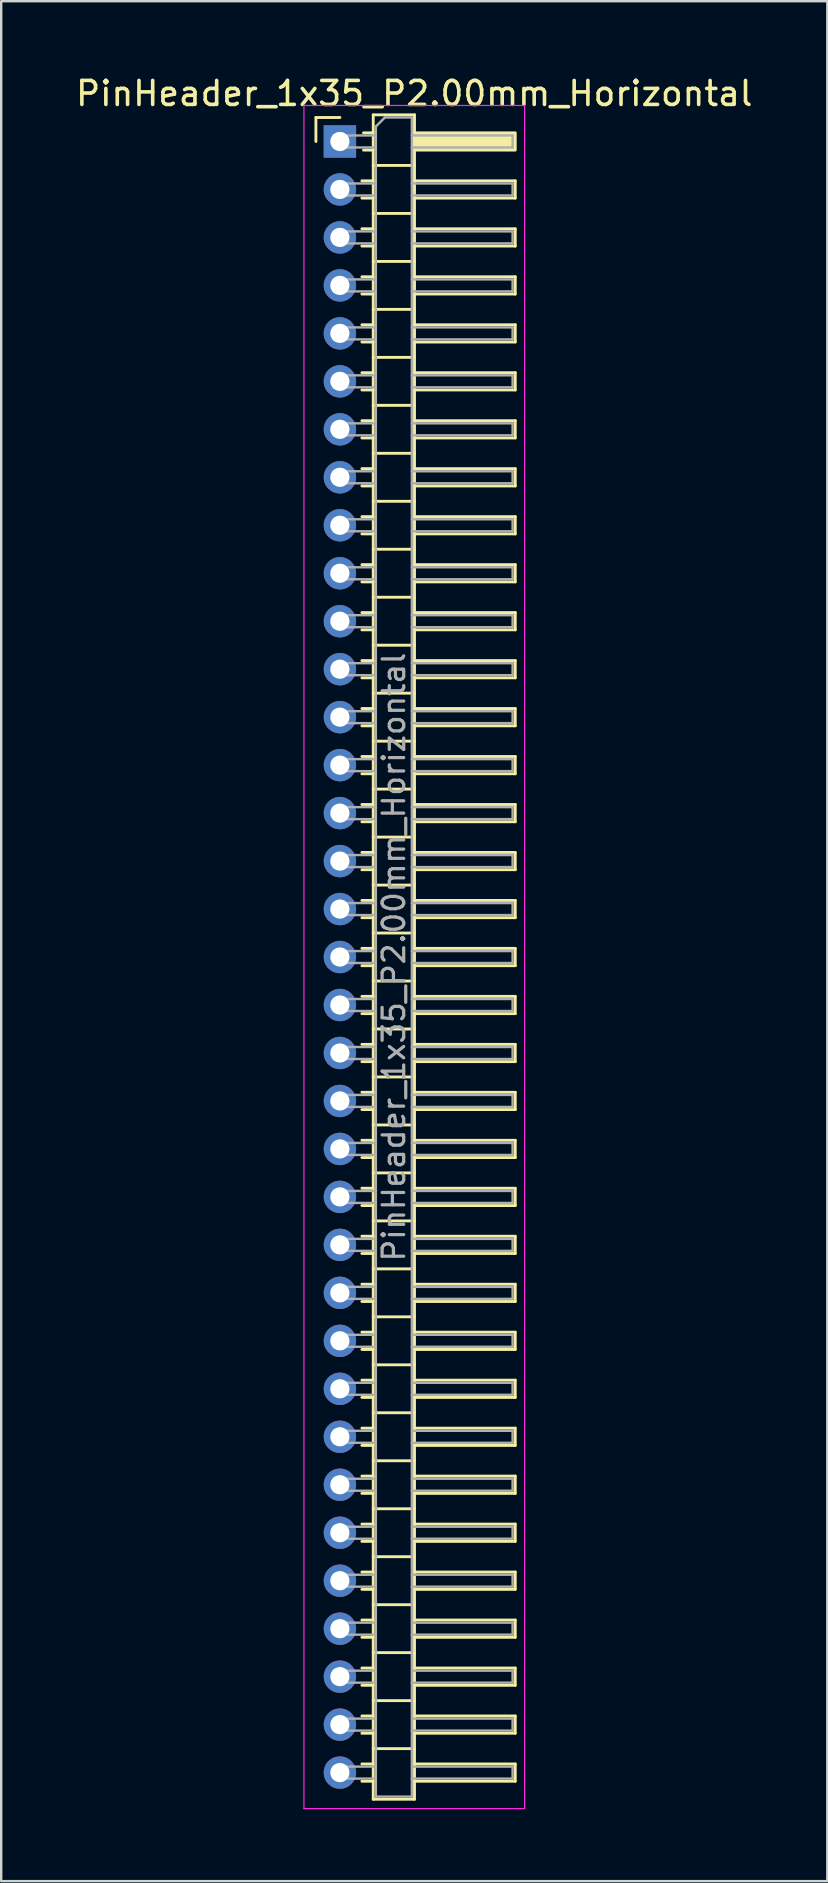
<source format=kicad_pcb>
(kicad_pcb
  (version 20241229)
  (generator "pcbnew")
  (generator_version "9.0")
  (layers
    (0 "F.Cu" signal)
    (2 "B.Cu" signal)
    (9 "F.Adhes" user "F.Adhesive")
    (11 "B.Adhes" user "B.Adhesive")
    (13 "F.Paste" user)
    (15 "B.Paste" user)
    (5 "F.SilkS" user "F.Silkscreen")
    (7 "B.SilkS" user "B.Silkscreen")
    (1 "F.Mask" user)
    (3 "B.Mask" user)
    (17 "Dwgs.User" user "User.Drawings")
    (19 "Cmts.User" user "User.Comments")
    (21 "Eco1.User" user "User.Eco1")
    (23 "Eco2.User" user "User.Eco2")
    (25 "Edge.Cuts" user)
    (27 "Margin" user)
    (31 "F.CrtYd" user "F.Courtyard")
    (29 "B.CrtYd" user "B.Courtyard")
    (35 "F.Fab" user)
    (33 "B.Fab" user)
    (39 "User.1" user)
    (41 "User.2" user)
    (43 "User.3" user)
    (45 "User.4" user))
  (footprint "PinHeader_1x35_P2.00mm_Horizontal"
    (layer "F.Cu")
    (at 11.12 2.848)
    (property "Reference" "PinHeader_1x35_P2.00mm_Horizontal" (at 3.1 -2 0) (layer "F.SilkS") (effects (font (size 1 1) (thickness 0.15))))
    (attr through_hole)
    (fp_line (start -1 -1) (end 0 -1) (stroke (width 0.12) (type solid)) (layer "F.SilkS"))
    (fp_line (start -1 0) (end -1 -1) (stroke (width 0.12) (type solid)) (layer "F.SilkS"))
    (fp_line (start 0.917 1.64) (end 1.39 1.64) (stroke (width 0.12) (type solid)) (layer "F.SilkS"))
    (fp_line (start 0.917 2.36) (end 1.39 2.36) (stroke (width 0.12) (type solid)) (layer "F.SilkS"))
    (fp_line (start 0.917 3.64) (end 1.39 3.64) (stroke (width 0.12) (type solid)) (layer "F.SilkS"))
    (fp_line (start 0.917 4.36) (end 1.39 4.36) (stroke (width 0.12) (type solid)) (layer "F.SilkS"))
    (fp_line (start 0.917 5.64) (end 1.39 5.64) (stroke (width 0.12) (type solid)) (layer "F.SilkS"))
    (fp_line (start 0.917 6.36) (end 1.39 6.36) (stroke (width 0.12) (type solid)) (layer "F.SilkS"))
    (fp_line (start 0.917 7.64) (end 1.39 7.64) (stroke (width 0.12) (type solid)) (layer "F.SilkS"))
    (fp_line (start 0.917 8.36) (end 1.39 8.36) (stroke (width 0.12) (type solid)) (layer "F.SilkS"))
    (fp_line (start 0.917 9.64) (end 1.39 9.64) (stroke (width 0.12) (type solid)) (layer "F.SilkS"))
    (fp_line (start 0.917 10.36) (end 1.39 10.36) (stroke (width 0.12) (type solid)) (layer "F.SilkS"))
    (fp_line (start 0.917 11.64) (end 1.39 11.64) (stroke (width 0.12) (type solid)) (layer "F.SilkS"))
    (fp_line (start 0.917 12.36) (end 1.39 12.36) (stroke (width 0.12) (type solid)) (layer "F.SilkS"))
    (fp_line (start 0.917 13.64) (end 1.39 13.64) (stroke (width 0.12) (type solid)) (layer "F.SilkS"))
    (fp_line (start 0.917 14.36) (end 1.39 14.36) (stroke (width 0.12) (type solid)) (layer "F.SilkS"))
    (fp_line (start 0.917 15.64) (end 1.39 15.64) (stroke (width 0.12) (type solid)) (layer "F.SilkS"))
    (fp_line (start 0.917 16.36) (end 1.39 16.36) (stroke (width 0.12) (type solid)) (layer "F.SilkS"))
    (fp_line (start 0.917 17.64) (end 1.39 17.64) (stroke (width 0.12) (type solid)) (layer "F.SilkS"))
    (fp_line (start 0.917 18.36) (end 1.39 18.36) (stroke (width 0.12) (type solid)) (layer "F.SilkS"))
    (fp_line (start 0.917 19.64) (end 1.39 19.64) (stroke (width 0.12) (type solid)) (layer "F.SilkS"))
    (fp_line (start 0.917 20.36) (end 1.39 20.36) (stroke (width 0.12) (type solid)) (layer "F.SilkS"))
    (fp_line (start 0.917 21.64) (end 1.39 21.64) (stroke (width 0.12) (type solid)) (layer "F.SilkS"))
    (fp_line (start 0.917 22.36) (end 1.39 22.36) (stroke (width 0.12) (type solid)) (layer "F.SilkS"))
    (fp_line (start 0.917 23.64) (end 1.39 23.64) (stroke (width 0.12) (type solid)) (layer "F.SilkS"))
    (fp_line (start 0.917 24.36) (end 1.39 24.36) (stroke (width 0.12) (type solid)) (layer "F.SilkS"))
    (fp_line (start 0.917 25.64) (end 1.39 25.64) (stroke (width 0.12) (type solid)) (layer "F.SilkS"))
    (fp_line (start 0.917 26.36) (end 1.39 26.36) (stroke (width 0.12) (type solid)) (layer "F.SilkS"))
    (fp_line (start 0.917 27.64) (end 1.39 27.64) (stroke (width 0.12) (type solid)) (layer "F.SilkS"))
    (fp_line (start 0.917 28.36) (end 1.39 28.36) (stroke (width 0.12) (type solid)) (layer "F.SilkS"))
    (fp_line (start 0.917 29.64) (end 1.39 29.64) (stroke (width 0.12) (type solid)) (layer "F.SilkS"))
    (fp_line (start 0.917 30.36) (end 1.39 30.36) (stroke (width 0.12) (type solid)) (layer "F.SilkS"))
    (fp_line (start 0.917 31.64) (end 1.39 31.64) (stroke (width 0.12) (type solid)) (layer "F.SilkS"))
    (fp_line (start 0.917 32.36) (end 1.39 32.36) (stroke (width 0.12) (type solid)) (layer "F.SilkS"))
    (fp_line (start 0.917 33.64) (end 1.39 33.64) (stroke (width 0.12) (type solid)) (layer "F.SilkS"))
    (fp_line (start 0.917 34.36) (end 1.39 34.36) (stroke (width 0.12) (type solid)) (layer "F.SilkS"))
    (fp_line (start 0.917 35.64) (end 1.39 35.64) (stroke (width 0.12) (type solid)) (layer "F.SilkS"))
    (fp_line (start 0.917 36.36) (end 1.39 36.36) (stroke (width 0.12) (type solid)) (layer "F.SilkS"))
    (fp_line (start 0.917 37.64) (end 1.39 37.64) (stroke (width 0.12) (type solid)) (layer "F.SilkS"))
    (fp_line (start 0.917 38.36) (end 1.39 38.36) (stroke (width 0.12) (type solid)) (layer "F.SilkS"))
    (fp_line (start 0.917 39.64) (end 1.39 39.64) (stroke (width 0.12) (type solid)) (layer "F.SilkS"))
    (fp_line (start 0.917 40.36) (end 1.39 40.36) (stroke (width 0.12) (type solid)) (layer "F.SilkS"))
    (fp_line (start 0.917 41.64) (end 1.39 41.64) (stroke (width 0.12) (type solid)) (layer "F.SilkS"))
    (fp_line (start 0.917 42.36) (end 1.39 42.36) (stroke (width 0.12) (type solid)) (layer "F.SilkS"))
    (fp_line (start 0.917 43.64) (end 1.39 43.64) (stroke (width 0.12) (type solid)) (layer "F.SilkS"))
    (fp_line (start 0.917 44.36) (end 1.39 44.36) (stroke (width 0.12) (type solid)) (layer "F.SilkS"))
    (fp_line (start 0.917 45.64) (end 1.39 45.64) (stroke (width 0.12) (type solid)) (layer "F.SilkS"))
    (fp_line (start 0.917 46.36) (end 1.39 46.36) (stroke (width 0.12) (type solid)) (layer "F.SilkS"))
    (fp_line (start 0.917 47.64) (end 1.39 47.64) (stroke (width 0.12) (type solid)) (layer "F.SilkS"))
    (fp_line (start 0.917 48.36) (end 1.39 48.36) (stroke (width 0.12) (type solid)) (layer "F.SilkS"))
    (fp_line (start 0.917 49.64) (end 1.39 49.64) (stroke (width 0.12) (type solid)) (layer "F.SilkS"))
    (fp_line (start 0.917 50.36) (end 1.39 50.36) (stroke (width 0.12) (type solid)) (layer "F.SilkS"))
    (fp_line (start 0.917 51.64) (end 1.39 51.64) (stroke (width 0.12) (type solid)) (layer "F.SilkS"))
    (fp_line (start 0.917 52.36) (end 1.39 52.36) (stroke (width 0.12) (type solid)) (layer "F.SilkS"))
    (fp_line (start 0.917 53.64) (end 1.39 53.64) (stroke (width 0.12) (type solid)) (layer "F.SilkS"))
    (fp_line (start 0.917 54.36) (end 1.39 54.36) (stroke (width 0.12) (type solid)) (layer "F.SilkS"))
    (fp_line (start 0.917 55.64) (end 1.39 55.64) (stroke (width 0.12) (type solid)) (layer "F.SilkS"))
    (fp_line (start 0.917 56.36) (end 1.39 56.36) (stroke (width 0.12) (type solid)) (layer "F.SilkS"))
    (fp_line (start 0.917 57.64) (end 1.39 57.64) (stroke (width 0.12) (type solid)) (layer "F.SilkS"))
    (fp_line (start 0.917 58.36) (end 1.39 58.36) (stroke (width 0.12) (type solid)) (layer "F.SilkS"))
    (fp_line (start 0.917 59.64) (end 1.39 59.64) (stroke (width 0.12) (type solid)) (layer "F.SilkS"))
    (fp_line (start 0.917 60.36) (end 1.39 60.36) (stroke (width 0.12) (type solid)) (layer "F.SilkS"))
    (fp_line (start 0.917 61.64) (end 1.39 61.64) (stroke (width 0.12) (type solid)) (layer "F.SilkS"))
    (fp_line (start 0.917 62.36) (end 1.39 62.36) (stroke (width 0.12) (type solid)) (layer "F.SilkS"))
    (fp_line (start 0.917 63.64) (end 1.39 63.64) (stroke (width 0.12) (type solid)) (layer "F.SilkS"))
    (fp_line (start 0.917 64.36) (end 1.39 64.36) (stroke (width 0.12) (type solid)) (layer "F.SilkS"))
    (fp_line (start 0.917 65.64) (end 1.39 65.64) (stroke (width 0.12) (type solid)) (layer "F.SilkS"))
    (fp_line (start 0.917 66.36) (end 1.39 66.36) (stroke (width 0.12) (type solid)) (layer "F.SilkS"))
    (fp_line (start 0.917 67.64) (end 1.39 67.64) (stroke (width 0.12) (type solid)) (layer "F.SilkS"))
    (fp_line (start 0.917 68.36) (end 1.39 68.36) (stroke (width 0.12) (type solid)) (layer "F.SilkS"))
    (fp_line (start 0.985 -0.36) (end 1.39 -0.36) (stroke (width 0.12) (type solid)) (layer "F.SilkS"))
    (fp_line (start 0.985 0.36) (end 1.39 0.36) (stroke (width 0.12) (type solid)) (layer "F.SilkS"))
    (fp_line (start 1.39 -1.11) (end 1.39 69.11) (stroke (width 0.12) (type solid)) (layer "F.SilkS"))
    (fp_line (start 1.39 1) (end 3.11 1) (stroke (width 0.12) (type solid)) (layer "F.SilkS"))
    (fp_line (start 1.39 3) (end 3.11 3) (stroke (width 0.12) (type solid)) (layer "F.SilkS"))
    (fp_line (start 1.39 5) (end 3.11 5) (stroke (width 0.12) (type solid)) (layer "F.SilkS"))
    (fp_line (start 1.39 7) (end 3.11 7) (stroke (width 0.12) (type solid)) (layer "F.SilkS"))
    (fp_line (start 1.39 9) (end 3.11 9) (stroke (width 0.12) (type solid)) (layer "F.SilkS"))
    (fp_line (start 1.39 11) (end 3.11 11) (stroke (width 0.12) (type solid)) (layer "F.SilkS"))
    (fp_line (start 1.39 13) (end 3.11 13) (stroke (width 0.12) (type solid)) (layer "F.SilkS"))
    (fp_line (start 1.39 15) (end 3.11 15) (stroke (width 0.12) (type solid)) (layer "F.SilkS"))
    (fp_line (start 1.39 17) (end 3.11 17) (stroke (width 0.12) (type solid)) (layer "F.SilkS"))
    (fp_line (start 1.39 19) (end 3.11 19) (stroke (width 0.12) (type solid)) (layer "F.SilkS"))
    (fp_line (start 1.39 21) (end 3.11 21) (stroke (width 0.12) (type solid)) (layer "F.SilkS"))
    (fp_line (start 1.39 23) (end 3.11 23) (stroke (width 0.12) (type solid)) (layer "F.SilkS"))
    (fp_line (start 1.39 25) (end 3.11 25) (stroke (width 0.12) (type solid)) (layer "F.SilkS"))
    (fp_line (start 1.39 27) (end 3.11 27) (stroke (width 0.12) (type solid)) (layer "F.SilkS"))
    (fp_line (start 1.39 29) (end 3.11 29) (stroke (width 0.12) (type solid)) (layer "F.SilkS"))
    (fp_line (start 1.39 31) (end 3.11 31) (stroke (width 0.12) (type solid)) (layer "F.SilkS"))
    (fp_line (start 1.39 33) (end 3.11 33) (stroke (width 0.12) (type solid)) (layer "F.SilkS"))
    (fp_line (start 1.39 35) (end 3.11 35) (stroke (width 0.12) (type solid)) (layer "F.SilkS"))
    (fp_line (start 1.39 37) (end 3.11 37) (stroke (width 0.12) (type solid)) (layer "F.SilkS"))
    (fp_line (start 1.39 39) (end 3.11 39) (stroke (width 0.12) (type solid)) (layer "F.SilkS"))
    (fp_line (start 1.39 41) (end 3.11 41) (stroke (width 0.12) (type solid)) (layer "F.SilkS"))
    (fp_line (start 1.39 43) (end 3.11 43) (stroke (width 0.12) (type solid)) (layer "F.SilkS"))
    (fp_line (start 1.39 45) (end 3.11 45) (stroke (width 0.12) (type solid)) (layer "F.SilkS"))
    (fp_line (start 1.39 47) (end 3.11 47) (stroke (width 0.12) (type solid)) (layer "F.SilkS"))
    (fp_line (start 1.39 49) (end 3.11 49) (stroke (width 0.12) (type solid)) (layer "F.SilkS"))
    (fp_line (start 1.39 51) (end 3.11 51) (stroke (width 0.12) (type solid)) (layer "F.SilkS"))
    (fp_line (start 1.39 53) (end 3.11 53) (stroke (width 0.12) (type solid)) (layer "F.SilkS"))
    (fp_line (start 1.39 55) (end 3.11 55) (stroke (width 0.12) (type solid)) (layer "F.SilkS"))
    (fp_line (start 1.39 57) (end 3.11 57) (stroke (width 0.12) (type solid)) (layer "F.SilkS"))
    (fp_line (start 1.39 59) (end 3.11 59) (stroke (width 0.12) (type solid)) (layer "F.SilkS"))
    (fp_line (start 1.39 61) (end 3.11 61) (stroke (width 0.12) (type solid)) (layer "F.SilkS"))
    (fp_line (start 1.39 63) (end 3.11 63) (stroke (width 0.12) (type solid)) (layer "F.SilkS"))
    (fp_line (start 1.39 65) (end 3.11 65) (stroke (width 0.12) (type solid)) (layer "F.SilkS"))
    (fp_line (start 1.39 67) (end 3.11 67) (stroke (width 0.12) (type solid)) (layer "F.SilkS"))
    (fp_line (start 1.39 69.11) (end 3.11 69.11) (stroke (width 0.12) (type solid)) (layer "F.SilkS"))
    (fp_line (start 3.11 -1.11) (end 1.39 -1.11) (stroke (width 0.12) (type solid)) (layer "F.SilkS"))
    (fp_line (start 3.11 1.64) (end 7.31 1.64) (stroke (width 0.12) (type solid)) (layer "F.SilkS"))
    (fp_line (start 3.11 3.64) (end 7.31 3.64) (stroke (width 0.12) (type solid)) (layer "F.SilkS"))
    (fp_line (start 3.11 5.64) (end 7.31 5.64) (stroke (width 0.12) (type solid)) (layer "F.SilkS"))
    (fp_line (start 3.11 7.64) (end 7.31 7.64) (stroke (width 0.12) (type solid)) (layer "F.SilkS"))
    (fp_line (start 3.11 9.64) (end 7.31 9.64) (stroke (width 0.12) (type solid)) (layer "F.SilkS"))
    (fp_line (start 3.11 11.64) (end 7.31 11.64) (stroke (width 0.12) (type solid)) (layer "F.SilkS"))
    (fp_line (start 3.11 13.64) (end 7.31 13.64) (stroke (width 0.12) (type solid)) (layer "F.SilkS"))
    (fp_line (start 3.11 15.64) (end 7.31 15.64) (stroke (width 0.12) (type solid)) (layer "F.SilkS"))
    (fp_line (start 3.11 17.64) (end 7.31 17.64) (stroke (width 0.12) (type solid)) (layer "F.SilkS"))
    (fp_line (start 3.11 19.64) (end 7.31 19.64) (stroke (width 0.12) (type solid)) (layer "F.SilkS"))
    (fp_line (start 3.11 21.64) (end 7.31 21.64) (stroke (width 0.12) (type solid)) (layer "F.SilkS"))
    (fp_line (start 3.11 23.64) (end 7.31 23.64) (stroke (width 0.12) (type solid)) (layer "F.SilkS"))
    (fp_line (start 3.11 25.64) (end 7.31 25.64) (stroke (width 0.12) (type solid)) (layer "F.SilkS"))
    (fp_line (start 3.11 27.64) (end 7.31 27.64) (stroke (width 0.12) (type solid)) (layer "F.SilkS"))
    (fp_line (start 3.11 29.64) (end 7.31 29.64) (stroke (width 0.12) (type solid)) (layer "F.SilkS"))
    (fp_line (start 3.11 31.64) (end 7.31 31.64) (stroke (width 0.12) (type solid)) (layer "F.SilkS"))
    (fp_line (start 3.11 33.64) (end 7.31 33.64) (stroke (width 0.12) (type solid)) (layer "F.SilkS"))
    (fp_line (start 3.11 35.64) (end 7.31 35.64) (stroke (width 0.12) (type solid)) (layer "F.SilkS"))
    (fp_line (start 3.11 37.64) (end 7.31 37.64) (stroke (width 0.12) (type solid)) (layer "F.SilkS"))
    (fp_line (start 3.11 39.64) (end 7.31 39.64) (stroke (width 0.12) (type solid)) (layer "F.SilkS"))
    (fp_line (start 3.11 41.64) (end 7.31 41.64) (stroke (width 0.12) (type solid)) (layer "F.SilkS"))
    (fp_line (start 3.11 43.64) (end 7.31 43.64) (stroke (width 0.12) (type solid)) (layer "F.SilkS"))
    (fp_line (start 3.11 45.64) (end 7.31 45.64) (stroke (width 0.12) (type solid)) (layer "F.SilkS"))
    (fp_line (start 3.11 47.64) (end 7.31 47.64) (stroke (width 0.12) (type solid)) (layer "F.SilkS"))
    (fp_line (start 3.11 49.64) (end 7.31 49.64) (stroke (width 0.12) (type solid)) (layer "F.SilkS"))
    (fp_line (start 3.11 51.64) (end 7.31 51.64) (stroke (width 0.12) (type solid)) (layer "F.SilkS"))
    (fp_line (start 3.11 53.64) (end 7.31 53.64) (stroke (width 0.12) (type solid)) (layer "F.SilkS"))
    (fp_line (start 3.11 55.64) (end 7.31 55.64) (stroke (width 0.12) (type solid)) (layer "F.SilkS"))
    (fp_line (start 3.11 57.64) (end 7.31 57.64) (stroke (width 0.12) (type solid)) (layer "F.SilkS"))
    (fp_line (start 3.11 59.64) (end 7.31 59.64) (stroke (width 0.12) (type solid)) (layer "F.SilkS"))
    (fp_line (start 3.11 61.64) (end 7.31 61.64) (stroke (width 0.12) (type solid)) (layer "F.SilkS"))
    (fp_line (start 3.11 63.64) (end 7.31 63.64) (stroke (width 0.12) (type solid)) (layer "F.SilkS"))
    (fp_line (start 3.11 65.64) (end 7.31 65.64) (stroke (width 0.12) (type solid)) (layer "F.SilkS"))
    (fp_line (start 3.11 67.64) (end 7.31 67.64) (stroke (width 0.12) (type solid)) (layer "F.SilkS"))
    (fp_line (start 3.11 69.11) (end 3.11 -1.11) (stroke (width 0.12) (type solid)) (layer "F.SilkS"))
    (fp_line (start 7.31 1.64) (end 7.31 2.36) (stroke (width 0.12) (type solid)) (layer "F.SilkS"))
    (fp_line (start 7.31 2.36) (end 3.11 2.36) (stroke (width 0.12) (type solid)) (layer "F.SilkS"))
    (fp_line (start 7.31 3.64) (end 7.31 4.36) (stroke (width 0.12) (type solid)) (layer "F.SilkS"))
    (fp_line (start 7.31 4.36) (end 3.11 4.36) (stroke (width 0.12) (type solid)) (layer "F.SilkS"))
    (fp_line (start 7.31 5.64) (end 7.31 6.36) (stroke (width 0.12) (type solid)) (layer "F.SilkS"))
    (fp_line (start 7.31 6.36) (end 3.11 6.36) (stroke (width 0.12) (type solid)) (layer "F.SilkS"))
    (fp_line (start 7.31 7.64) (end 7.31 8.36) (stroke (width 0.12) (type solid)) (layer "F.SilkS"))
    (fp_line (start 7.31 8.36) (end 3.11 8.36) (stroke (width 0.12) (type solid)) (layer "F.SilkS"))
    (fp_line (start 7.31 9.64) (end 7.31 10.36) (stroke (width 0.12) (type solid)) (layer "F.SilkS"))
    (fp_line (start 7.31 10.36) (end 3.11 10.36) (stroke (width 0.12) (type solid)) (layer "F.SilkS"))
    (fp_line (start 7.31 11.64) (end 7.31 12.36) (stroke (width 0.12) (type solid)) (layer "F.SilkS"))
    (fp_line (start 7.31 12.36) (end 3.11 12.36) (stroke (width 0.12) (type solid)) (layer "F.SilkS"))
    (fp_line (start 7.31 13.64) (end 7.31 14.36) (stroke (width 0.12) (type solid)) (layer "F.SilkS"))
    (fp_line (start 7.31 14.36) (end 3.11 14.36) (stroke (width 0.12) (type solid)) (layer "F.SilkS"))
    (fp_line (start 7.31 15.64) (end 7.31 16.36) (stroke (width 0.12) (type solid)) (layer "F.SilkS"))
    (fp_line (start 7.31 16.36) (end 3.11 16.36) (stroke (width 0.12) (type solid)) (layer "F.SilkS"))
    (fp_line (start 7.31 17.64) (end 7.31 18.36) (stroke (width 0.12) (type solid)) (layer "F.SilkS"))
    (fp_line (start 7.31 18.36) (end 3.11 18.36) (stroke (width 0.12) (type solid)) (layer "F.SilkS"))
    (fp_line (start 7.31 19.64) (end 7.31 20.36) (stroke (width 0.12) (type solid)) (layer "F.SilkS"))
    (fp_line (start 7.31 20.36) (end 3.11 20.36) (stroke (width 0.12) (type solid)) (layer "F.SilkS"))
    (fp_line (start 7.31 21.64) (end 7.31 22.36) (stroke (width 0.12) (type solid)) (layer "F.SilkS"))
    (fp_line (start 7.31 22.36) (end 3.11 22.36) (stroke (width 0.12) (type solid)) (layer "F.SilkS"))
    (fp_line (start 7.31 23.64) (end 7.31 24.36) (stroke (width 0.12) (type solid)) (layer "F.SilkS"))
    (fp_line (start 7.31 24.36) (end 3.11 24.36) (stroke (width 0.12) (type solid)) (layer "F.SilkS"))
    (fp_line (start 7.31 25.64) (end 7.31 26.36) (stroke (width 0.12) (type solid)) (layer "F.SilkS"))
    (fp_line (start 7.31 26.36) (end 3.11 26.36) (stroke (width 0.12) (type solid)) (layer "F.SilkS"))
    (fp_line (start 7.31 27.64) (end 7.31 28.36) (stroke (width 0.12) (type solid)) (layer "F.SilkS"))
    (fp_line (start 7.31 28.36) (end 3.11 28.36) (stroke (width 0.12) (type solid)) (layer "F.SilkS"))
    (fp_line (start 7.31 29.64) (end 7.31 30.36) (stroke (width 0.12) (type solid)) (layer "F.SilkS"))
    (fp_line (start 7.31 30.36) (end 3.11 30.36) (stroke (width 0.12) (type solid)) (layer "F.SilkS"))
    (fp_line (start 7.31 31.64) (end 7.31 32.36) (stroke (width 0.12) (type solid)) (layer "F.SilkS"))
    (fp_line (start 7.31 32.36) (end 3.11 32.36) (stroke (width 0.12) (type solid)) (layer "F.SilkS"))
    (fp_line (start 7.31 33.64) (end 7.31 34.36) (stroke (width 0.12) (type solid)) (layer "F.SilkS"))
    (fp_line (start 7.31 34.36) (end 3.11 34.36) (stroke (width 0.12) (type solid)) (layer "F.SilkS"))
    (fp_line (start 7.31 35.64) (end 7.31 36.36) (stroke (width 0.12) (type solid)) (layer "F.SilkS"))
    (fp_line (start 7.31 36.36) (end 3.11 36.36) (stroke (width 0.12) (type solid)) (layer "F.SilkS"))
    (fp_line (start 7.31 37.64) (end 7.31 38.36) (stroke (width 0.12) (type solid)) (layer "F.SilkS"))
    (fp_line (start 7.31 38.36) (end 3.11 38.36) (stroke (width 0.12) (type solid)) (layer "F.SilkS"))
    (fp_line (start 7.31 39.64) (end 7.31 40.36) (stroke (width 0.12) (type solid)) (layer "F.SilkS"))
    (fp_line (start 7.31 40.36) (end 3.11 40.36) (stroke (width 0.12) (type solid)) (layer "F.SilkS"))
    (fp_line (start 7.31 41.64) (end 7.31 42.36) (stroke (width 0.12) (type solid)) (layer "F.SilkS"))
    (fp_line (start 7.31 42.36) (end 3.11 42.36) (stroke (width 0.12) (type solid)) (layer "F.SilkS"))
    (fp_line (start 7.31 43.64) (end 7.31 44.36) (stroke (width 0.12) (type solid)) (layer "F.SilkS"))
    (fp_line (start 7.31 44.36) (end 3.11 44.36) (stroke (width 0.12) (type solid)) (layer "F.SilkS"))
    (fp_line (start 7.31 45.64) (end 7.31 46.36) (stroke (width 0.12) (type solid)) (layer "F.SilkS"))
    (fp_line (start 7.31 46.36) (end 3.11 46.36) (stroke (width 0.12) (type solid)) (layer "F.SilkS"))
    (fp_line (start 7.31 47.64) (end 7.31 48.36) (stroke (width 0.12) (type solid)) (layer "F.SilkS"))
    (fp_line (start 7.31 48.36) (end 3.11 48.36) (stroke (width 0.12) (type solid)) (layer "F.SilkS"))
    (fp_line (start 7.31 49.64) (end 7.31 50.36) (stroke (width 0.12) (type solid)) (layer "F.SilkS"))
    (fp_line (start 7.31 50.36) (end 3.11 50.36) (stroke (width 0.12) (type solid)) (layer "F.SilkS"))
    (fp_line (start 7.31 51.64) (end 7.31 52.36) (stroke (width 0.12) (type solid)) (layer "F.SilkS"))
    (fp_line (start 7.31 52.36) (end 3.11 52.36) (stroke (width 0.12) (type solid)) (layer "F.SilkS"))
    (fp_line (start 7.31 53.64) (end 7.31 54.36) (stroke (width 0.12) (type solid)) (layer "F.SilkS"))
    (fp_line (start 7.31 54.36) (end 3.11 54.36) (stroke (width 0.12) (type solid)) (layer "F.SilkS"))
    (fp_line (start 7.31 55.64) (end 7.31 56.36) (stroke (width 0.12) (type solid)) (layer "F.SilkS"))
    (fp_line (start 7.31 56.36) (end 3.11 56.36) (stroke (width 0.12) (type solid)) (layer "F.SilkS"))
    (fp_line (start 7.31 57.64) (end 7.31 58.36) (stroke (width 0.12) (type solid)) (layer "F.SilkS"))
    (fp_line (start 7.31 58.36) (end 3.11 58.36) (stroke (width 0.12) (type solid)) (layer "F.SilkS"))
    (fp_line (start 7.31 59.64) (end 7.31 60.36) (stroke (width 0.12) (type solid)) (layer "F.SilkS"))
    (fp_line (start 7.31 60.36) (end 3.11 60.36) (stroke (width 0.12) (type solid)) (layer "F.SilkS"))
    (fp_line (start 7.31 61.64) (end 7.31 62.36) (stroke (width 0.12) (type solid)) (layer "F.SilkS"))
    (fp_line (start 7.31 62.36) (end 3.11 62.36) (stroke (width 0.12) (type solid)) (layer "F.SilkS"))
    (fp_line (start 7.31 63.64) (end 7.31 64.36) (stroke (width 0.12) (type solid)) (layer "F.SilkS"))
    (fp_line (start 7.31 64.36) (end 3.11 64.36) (stroke (width 0.12) (type solid)) (layer "F.SilkS"))
    (fp_line (start 7.31 65.64) (end 7.31 66.36) (stroke (width 0.12) (type solid)) (layer "F.SilkS"))
    (fp_line (start 7.31 66.36) (end 3.11 66.36) (stroke (width 0.12) (type solid)) (layer "F.SilkS"))
    (fp_line (start 7.31 67.64) (end 7.31 68.36) (stroke (width 0.12) (type solid)) (layer "F.SilkS"))
    (fp_line (start 7.31 68.36) (end 3.11 68.36) (stroke (width 0.12) (type solid)) (layer "F.SilkS"))
    (fp_rect (start 3.11 -0.36) (end 7.31 0.36) (stroke (width 0.12) (type solid)) (fill yes) (layer "F.SilkS"))
    (fp_line (start -1.5 -1.5) (end -1.5 69.5) (stroke (width 0.05) (type solid)) (layer "F.CrtYd"))
    (fp_line (start -1.5 69.5) (end 7.7 69.5) (stroke (width 0.05) (type solid)) (layer "F.CrtYd"))
    (fp_line (start 7.7 -1.5) (end -1.5 -1.5) (stroke (width 0.05) (type solid)) (layer "F.CrtYd"))
    (fp_line (start 7.7 69.5) (end 7.7 -1.5) (stroke (width 0.05) (type solid)) (layer "F.CrtYd"))
    (fp_line (start -0.25 -0.25) (end -0.25 0.25) (stroke (width 0.1) (type solid)) (layer "F.Fab"))
    (fp_line (start -0.25 -0.25) (end 1.5 -0.25) (stroke (width 0.1) (type solid)) (layer "F.Fab"))
    (fp_line (start -0.25 0.25) (end 1.5 0.25) (stroke (width 0.1) (type solid)) (layer "F.Fab"))
    (fp_line (start -0.25 1.75) (end -0.25 2.25) (stroke (width 0.1) (type solid)) (layer "F.Fab"))
    (fp_line (start -0.25 1.75) (end 1.5 1.75) (stroke (width 0.1) (type solid)) (layer "F.Fab"))
    (fp_line (start -0.25 2.25) (end 1.5 2.25) (stroke (width 0.1) (type solid)) (layer "F.Fab"))
    (fp_line (start -0.25 3.75) (end -0.25 4.25) (stroke (width 0.1) (type solid)) (layer "F.Fab"))
    (fp_line (start -0.25 3.75) (end 1.5 3.75) (stroke (width 0.1) (type solid)) (layer "F.Fab"))
    (fp_line (start -0.25 4.25) (end 1.5 4.25) (stroke (width 0.1) (type solid)) (layer "F.Fab"))
    (fp_line (start -0.25 5.75) (end -0.25 6.25) (stroke (width 0.1) (type solid)) (layer "F.Fab"))
    (fp_line (start -0.25 5.75) (end 1.5 5.75) (stroke (width 0.1) (type solid)) (layer "F.Fab"))
    (fp_line (start -0.25 6.25) (end 1.5 6.25) (stroke (width 0.1) (type solid)) (layer "F.Fab"))
    (fp_line (start -0.25 7.75) (end -0.25 8.25) (stroke (width 0.1) (type solid)) (layer "F.Fab"))
    (fp_line (start -0.25 7.75) (end 1.5 7.75) (stroke (width 0.1) (type solid)) (layer "F.Fab"))
    (fp_line (start -0.25 8.25) (end 1.5 8.25) (stroke (width 0.1) (type solid)) (layer "F.Fab"))
    (fp_line (start -0.25 9.75) (end -0.25 10.25) (stroke (width 0.1) (type solid)) (layer "F.Fab"))
    (fp_line (start -0.25 9.75) (end 1.5 9.75) (stroke (width 0.1) (type solid)) (layer "F.Fab"))
    (fp_line (start -0.25 10.25) (end 1.5 10.25) (stroke (width 0.1) (type solid)) (layer "F.Fab"))
    (fp_line (start -0.25 11.75) (end -0.25 12.25) (stroke (width 0.1) (type solid)) (layer "F.Fab"))
    (fp_line (start -0.25 11.75) (end 1.5 11.75) (stroke (width 0.1) (type solid)) (layer "F.Fab"))
    (fp_line (start -0.25 12.25) (end 1.5 12.25) (stroke (width 0.1) (type solid)) (layer "F.Fab"))
    (fp_line (start -0.25 13.75) (end -0.25 14.25) (stroke (width 0.1) (type solid)) (layer "F.Fab"))
    (fp_line (start -0.25 13.75) (end 1.5 13.75) (stroke (width 0.1) (type solid)) (layer "F.Fab"))
    (fp_line (start -0.25 14.25) (end 1.5 14.25) (stroke (width 0.1) (type solid)) (layer "F.Fab"))
    (fp_line (start -0.25 15.75) (end -0.25 16.25) (stroke (width 0.1) (type solid)) (layer "F.Fab"))
    (fp_line (start -0.25 15.75) (end 1.5 15.75) (stroke (width 0.1) (type solid)) (layer "F.Fab"))
    (fp_line (start -0.25 16.25) (end 1.5 16.25) (stroke (width 0.1) (type solid)) (layer "F.Fab"))
    (fp_line (start -0.25 17.75) (end -0.25 18.25) (stroke (width 0.1) (type solid)) (layer "F.Fab"))
    (fp_line (start -0.25 17.75) (end 1.5 17.75) (stroke (width 0.1) (type solid)) (layer "F.Fab"))
    (fp_line (start -0.25 18.25) (end 1.5 18.25) (stroke (width 0.1) (type solid)) (layer "F.Fab"))
    (fp_line (start -0.25 19.75) (end -0.25 20.25) (stroke (width 0.1) (type solid)) (layer "F.Fab"))
    (fp_line (start -0.25 19.75) (end 1.5 19.75) (stroke (width 0.1) (type solid)) (layer "F.Fab"))
    (fp_line (start -0.25 20.25) (end 1.5 20.25) (stroke (width 0.1) (type solid)) (layer "F.Fab"))
    (fp_line (start -0.25 21.75) (end -0.25 22.25) (stroke (width 0.1) (type solid)) (layer "F.Fab"))
    (fp_line (start -0.25 21.75) (end 1.5 21.75) (stroke (width 0.1) (type solid)) (layer "F.Fab"))
    (fp_line (start -0.25 22.25) (end 1.5 22.25) (stroke (width 0.1) (type solid)) (layer "F.Fab"))
    (fp_line (start -0.25 23.75) (end -0.25 24.25) (stroke (width 0.1) (type solid)) (layer "F.Fab"))
    (fp_line (start -0.25 23.75) (end 1.5 23.75) (stroke (width 0.1) (type solid)) (layer "F.Fab"))
    (fp_line (start -0.25 24.25) (end 1.5 24.25) (stroke (width 0.1) (type solid)) (layer "F.Fab"))
    (fp_line (start -0.25 25.75) (end -0.25 26.25) (stroke (width 0.1) (type solid)) (layer "F.Fab"))
    (fp_line (start -0.25 25.75) (end 1.5 25.75) (stroke (width 0.1) (type solid)) (layer "F.Fab"))
    (fp_line (start -0.25 26.25) (end 1.5 26.25) (stroke (width 0.1) (type solid)) (layer "F.Fab"))
    (fp_line (start -0.25 27.75) (end -0.25 28.25) (stroke (width 0.1) (type solid)) (layer "F.Fab"))
    (fp_line (start -0.25 27.75) (end 1.5 27.75) (stroke (width 0.1) (type solid)) (layer "F.Fab"))
    (fp_line (start -0.25 28.25) (end 1.5 28.25) (stroke (width 0.1) (type solid)) (layer "F.Fab"))
    (fp_line (start -0.25 29.75) (end -0.25 30.25) (stroke (width 0.1) (type solid)) (layer "F.Fab"))
    (fp_line (start -0.25 29.75) (end 1.5 29.75) (stroke (width 0.1) (type solid)) (layer "F.Fab"))
    (fp_line (start -0.25 30.25) (end 1.5 30.25) (stroke (width 0.1) (type solid)) (layer "F.Fab"))
    (fp_line (start -0.25 31.75) (end -0.25 32.25) (stroke (width 0.1) (type solid)) (layer "F.Fab"))
    (fp_line (start -0.25 31.75) (end 1.5 31.75) (stroke (width 0.1) (type solid)) (layer "F.Fab"))
    (fp_line (start -0.25 32.25) (end 1.5 32.25) (stroke (width 0.1) (type solid)) (layer "F.Fab"))
    (fp_line (start -0.25 33.75) (end -0.25 34.25) (stroke (width 0.1) (type solid)) (layer "F.Fab"))
    (fp_line (start -0.25 33.75) (end 1.5 33.75) (stroke (width 0.1) (type solid)) (layer "F.Fab"))
    (fp_line (start -0.25 34.25) (end 1.5 34.25) (stroke (width 0.1) (type solid)) (layer "F.Fab"))
    (fp_line (start -0.25 35.75) (end -0.25 36.25) (stroke (width 0.1) (type solid)) (layer "F.Fab"))
    (fp_line (start -0.25 35.75) (end 1.5 35.75) (stroke (width 0.1) (type solid)) (layer "F.Fab"))
    (fp_line (start -0.25 36.25) (end 1.5 36.25) (stroke (width 0.1) (type solid)) (layer "F.Fab"))
    (fp_line (start -0.25 37.75) (end -0.25 38.25) (stroke (width 0.1) (type solid)) (layer "F.Fab"))
    (fp_line (start -0.25 37.75) (end 1.5 37.75) (stroke (width 0.1) (type solid)) (layer "F.Fab"))
    (fp_line (start -0.25 38.25) (end 1.5 38.25) (stroke (width 0.1) (type solid)) (layer "F.Fab"))
    (fp_line (start -0.25 39.75) (end -0.25 40.25) (stroke (width 0.1) (type solid)) (layer "F.Fab"))
    (fp_line (start -0.25 39.75) (end 1.5 39.75) (stroke (width 0.1) (type solid)) (layer "F.Fab"))
    (fp_line (start -0.25 40.25) (end 1.5 40.25) (stroke (width 0.1) (type solid)) (layer "F.Fab"))
    (fp_line (start -0.25 41.75) (end -0.25 42.25) (stroke (width 0.1) (type solid)) (layer "F.Fab"))
    (fp_line (start -0.25 41.75) (end 1.5 41.75) (stroke (width 0.1) (type solid)) (layer "F.Fab"))
    (fp_line (start -0.25 42.25) (end 1.5 42.25) (stroke (width 0.1) (type solid)) (layer "F.Fab"))
    (fp_line (start -0.25 43.75) (end -0.25 44.25) (stroke (width 0.1) (type solid)) (layer "F.Fab"))
    (fp_line (start -0.25 43.75) (end 1.5 43.75) (stroke (width 0.1) (type solid)) (layer "F.Fab"))
    (fp_line (start -0.25 44.25) (end 1.5 44.25) (stroke (width 0.1) (type solid)) (layer "F.Fab"))
    (fp_line (start -0.25 45.75) (end -0.25 46.25) (stroke (width 0.1) (type solid)) (layer "F.Fab"))
    (fp_line (start -0.25 45.75) (end 1.5 45.75) (stroke (width 0.1) (type solid)) (layer "F.Fab"))
    (fp_line (start -0.25 46.25) (end 1.5 46.25) (stroke (width 0.1) (type solid)) (layer "F.Fab"))
    (fp_line (start -0.25 47.75) (end -0.25 48.25) (stroke (width 0.1) (type solid)) (layer "F.Fab"))
    (fp_line (start -0.25 47.75) (end 1.5 47.75) (stroke (width 0.1) (type solid)) (layer "F.Fab"))
    (fp_line (start -0.25 48.25) (end 1.5 48.25) (stroke (width 0.1) (type solid)) (layer "F.Fab"))
    (fp_line (start -0.25 49.75) (end -0.25 50.25) (stroke (width 0.1) (type solid)) (layer "F.Fab"))
    (fp_line (start -0.25 49.75) (end 1.5 49.75) (stroke (width 0.1) (type solid)) (layer "F.Fab"))
    (fp_line (start -0.25 50.25) (end 1.5 50.25) (stroke (width 0.1) (type solid)) (layer "F.Fab"))
    (fp_line (start -0.25 51.75) (end -0.25 52.25) (stroke (width 0.1) (type solid)) (layer "F.Fab"))
    (fp_line (start -0.25 51.75) (end 1.5 51.75) (stroke (width 0.1) (type solid)) (layer "F.Fab"))
    (fp_line (start -0.25 52.25) (end 1.5 52.25) (stroke (width 0.1) (type solid)) (layer "F.Fab"))
    (fp_line (start -0.25 53.75) (end -0.25 54.25) (stroke (width 0.1) (type solid)) (layer "F.Fab"))
    (fp_line (start -0.25 53.75) (end 1.5 53.75) (stroke (width 0.1) (type solid)) (layer "F.Fab"))
    (fp_line (start -0.25 54.25) (end 1.5 54.25) (stroke (width 0.1) (type solid)) (layer "F.Fab"))
    (fp_line (start -0.25 55.75) (end -0.25 56.25) (stroke (width 0.1) (type solid)) (layer "F.Fab"))
    (fp_line (start -0.25 55.75) (end 1.5 55.75) (stroke (width 0.1) (type solid)) (layer "F.Fab"))
    (fp_line (start -0.25 56.25) (end 1.5 56.25) (stroke (width 0.1) (type solid)) (layer "F.Fab"))
    (fp_line (start -0.25 57.75) (end -0.25 58.25) (stroke (width 0.1) (type solid)) (layer "F.Fab"))
    (fp_line (start -0.25 57.75) (end 1.5 57.75) (stroke (width 0.1) (type solid)) (layer "F.Fab"))
    (fp_line (start -0.25 58.25) (end 1.5 58.25) (stroke (width 0.1) (type solid)) (layer "F.Fab"))
    (fp_line (start -0.25 59.75) (end -0.25 60.25) (stroke (width 0.1) (type solid)) (layer "F.Fab"))
    (fp_line (start -0.25 59.75) (end 1.5 59.75) (stroke (width 0.1) (type solid)) (layer "F.Fab"))
    (fp_line (start -0.25 60.25) (end 1.5 60.25) (stroke (width 0.1) (type solid)) (layer "F.Fab"))
    (fp_line (start -0.25 61.75) (end -0.25 62.25) (stroke (width 0.1) (type solid)) (layer "F.Fab"))
    (fp_line (start -0.25 61.75) (end 1.5 61.75) (stroke (width 0.1) (type solid)) (layer "F.Fab"))
    (fp_line (start -0.25 62.25) (end 1.5 62.25) (stroke (width 0.1) (type solid)) (layer "F.Fab"))
    (fp_line (start -0.25 63.75) (end -0.25 64.25) (stroke (width 0.1) (type solid)) (layer "F.Fab"))
    (fp_line (start -0.25 63.75) (end 1.5 63.75) (stroke (width 0.1) (type solid)) (layer "F.Fab"))
    (fp_line (start -0.25 64.25) (end 1.5 64.25) (stroke (width 0.1) (type solid)) (layer "F.Fab"))
    (fp_line (start -0.25 65.75) (end -0.25 66.25) (stroke (width 0.1) (type solid)) (layer "F.Fab"))
    (fp_line (start -0.25 65.75) (end 1.5 65.75) (stroke (width 0.1) (type solid)) (layer "F.Fab"))
    (fp_line (start -0.25 66.25) (end 1.5 66.25) (stroke (width 0.1) (type solid)) (layer "F.Fab"))
    (fp_line (start -0.25 67.75) (end -0.25 68.25) (stroke (width 0.1) (type solid)) (layer "F.Fab"))
    (fp_line (start -0.25 67.75) (end 1.5 67.75) (stroke (width 0.1) (type solid)) (layer "F.Fab"))
    (fp_line (start -0.25 68.25) (end 1.5 68.25) (stroke (width 0.1) (type solid)) (layer "F.Fab"))
    (fp_line (start 1.5 -0.625) (end 1.875 -1) (stroke (width 0.1) (type solid)) (layer "F.Fab"))
    (fp_line (start 1.5 69) (end 1.5 -0.625) (stroke (width 0.1) (type solid)) (layer "F.Fab"))
    (fp_line (start 1.875 -1) (end 3 -1) (stroke (width 0.1) (type solid)) (layer "F.Fab"))
    (fp_line (start 3 -1) (end 3 69) (stroke (width 0.1) (type solid)) (layer "F.Fab"))
    (fp_line (start 3 -0.25) (end 7.2 -0.25) (stroke (width 0.1) (type solid)) (layer "F.Fab"))
    (fp_line (start 3 0.25) (end 7.2 0.25) (stroke (width 0.1) (type solid)) (layer "F.Fab"))
    (fp_line (start 3 1.75) (end 7.2 1.75) (stroke (width 0.1) (type solid)) (layer "F.Fab"))
    (fp_line (start 3 2.25) (end 7.2 2.25) (stroke (width 0.1) (type solid)) (layer "F.Fab"))
    (fp_line (start 3 3.75) (end 7.2 3.75) (stroke (width 0.1) (type solid)) (layer "F.Fab"))
    (fp_line (start 3 4.25) (end 7.2 4.25) (stroke (width 0.1) (type solid)) (layer "F.Fab"))
    (fp_line (start 3 5.75) (end 7.2 5.75) (stroke (width 0.1) (type solid)) (layer "F.Fab"))
    (fp_line (start 3 6.25) (end 7.2 6.25) (stroke (width 0.1) (type solid)) (layer "F.Fab"))
    (fp_line (start 3 7.75) (end 7.2 7.75) (stroke (width 0.1) (type solid)) (layer "F.Fab"))
    (fp_line (start 3 8.25) (end 7.2 8.25) (stroke (width 0.1) (type solid)) (layer "F.Fab"))
    (fp_line (start 3 9.75) (end 7.2 9.75) (stroke (width 0.1) (type solid)) (layer "F.Fab"))
    (fp_line (start 3 10.25) (end 7.2 10.25) (stroke (width 0.1) (type solid)) (layer "F.Fab"))
    (fp_line (start 3 11.75) (end 7.2 11.75) (stroke (width 0.1) (type solid)) (layer "F.Fab"))
    (fp_line (start 3 12.25) (end 7.2 12.25) (stroke (width 0.1) (type solid)) (layer "F.Fab"))
    (fp_line (start 3 13.75) (end 7.2 13.75) (stroke (width 0.1) (type solid)) (layer "F.Fab"))
    (fp_line (start 3 14.25) (end 7.2 14.25) (stroke (width 0.1) (type solid)) (layer "F.Fab"))
    (fp_line (start 3 15.75) (end 7.2 15.75) (stroke (width 0.1) (type solid)) (layer "F.Fab"))
    (fp_line (start 3 16.25) (end 7.2 16.25) (stroke (width 0.1) (type solid)) (layer "F.Fab"))
    (fp_line (start 3 17.75) (end 7.2 17.75) (stroke (width 0.1) (type solid)) (layer "F.Fab"))
    (fp_line (start 3 18.25) (end 7.2 18.25) (stroke (width 0.1) (type solid)) (layer "F.Fab"))
    (fp_line (start 3 19.75) (end 7.2 19.75) (stroke (width 0.1) (type solid)) (layer "F.Fab"))
    (fp_line (start 3 20.25) (end 7.2 20.25) (stroke (width 0.1) (type solid)) (layer "F.Fab"))
    (fp_line (start 3 21.75) (end 7.2 21.75) (stroke (width 0.1) (type solid)) (layer "F.Fab"))
    (fp_line (start 3 22.25) (end 7.2 22.25) (stroke (width 0.1) (type solid)) (layer "F.Fab"))
    (fp_line (start 3 23.75) (end 7.2 23.75) (stroke (width 0.1) (type solid)) (layer "F.Fab"))
    (fp_line (start 3 24.25) (end 7.2 24.25) (stroke (width 0.1) (type solid)) (layer "F.Fab"))
    (fp_line (start 3 25.75) (end 7.2 25.75) (stroke (width 0.1) (type solid)) (layer "F.Fab"))
    (fp_line (start 3 26.25) (end 7.2 26.25) (stroke (width 0.1) (type solid)) (layer "F.Fab"))
    (fp_line (start 3 27.75) (end 7.2 27.75) (stroke (width 0.1) (type solid)) (layer "F.Fab"))
    (fp_line (start 3 28.25) (end 7.2 28.25) (stroke (width 0.1) (type solid)) (layer "F.Fab"))
    (fp_line (start 3 29.75) (end 7.2 29.75) (stroke (width 0.1) (type solid)) (layer "F.Fab"))
    (fp_line (start 3 30.25) (end 7.2 30.25) (stroke (width 0.1) (type solid)) (layer "F.Fab"))
    (fp_line (start 3 31.75) (end 7.2 31.75) (stroke (width 0.1) (type solid)) (layer "F.Fab"))
    (fp_line (start 3 32.25) (end 7.2 32.25) (stroke (width 0.1) (type solid)) (layer "F.Fab"))
    (fp_line (start 3 33.75) (end 7.2 33.75) (stroke (width 0.1) (type solid)) (layer "F.Fab"))
    (fp_line (start 3 34.25) (end 7.2 34.25) (stroke (width 0.1) (type solid)) (layer "F.Fab"))
    (fp_line (start 3 35.75) (end 7.2 35.75) (stroke (width 0.1) (type solid)) (layer "F.Fab"))
    (fp_line (start 3 36.25) (end 7.2 36.25) (stroke (width 0.1) (type solid)) (layer "F.Fab"))
    (fp_line (start 3 37.75) (end 7.2 37.75) (stroke (width 0.1) (type solid)) (layer "F.Fab"))
    (fp_line (start 3 38.25) (end 7.2 38.25) (stroke (width 0.1) (type solid)) (layer "F.Fab"))
    (fp_line (start 3 39.75) (end 7.2 39.75) (stroke (width 0.1) (type solid)) (layer "F.Fab"))
    (fp_line (start 3 40.25) (end 7.2 40.25) (stroke (width 0.1) (type solid)) (layer "F.Fab"))
    (fp_line (start 3 41.75) (end 7.2 41.75) (stroke (width 0.1) (type solid)) (layer "F.Fab"))
    (fp_line (start 3 42.25) (end 7.2 42.25) (stroke (width 0.1) (type solid)) (layer "F.Fab"))
    (fp_line (start 3 43.75) (end 7.2 43.75) (stroke (width 0.1) (type solid)) (layer "F.Fab"))
    (fp_line (start 3 44.25) (end 7.2 44.25) (stroke (width 0.1) (type solid)) (layer "F.Fab"))
    (fp_line (start 3 45.75) (end 7.2 45.75) (stroke (width 0.1) (type solid)) (layer "F.Fab"))
    (fp_line (start 3 46.25) (end 7.2 46.25) (stroke (width 0.1) (type solid)) (layer "F.Fab"))
    (fp_line (start 3 47.75) (end 7.2 47.75) (stroke (width 0.1) (type solid)) (layer "F.Fab"))
    (fp_line (start 3 48.25) (end 7.2 48.25) (stroke (width 0.1) (type solid)) (layer "F.Fab"))
    (fp_line (start 3 49.75) (end 7.2 49.75) (stroke (width 0.1) (type solid)) (layer "F.Fab"))
    (fp_line (start 3 50.25) (end 7.2 50.25) (stroke (width 0.1) (type solid)) (layer "F.Fab"))
    (fp_line (start 3 51.75) (end 7.2 51.75) (stroke (width 0.1) (type solid)) (layer "F.Fab"))
    (fp_line (start 3 52.25) (end 7.2 52.25) (stroke (width 0.1) (type solid)) (layer "F.Fab"))
    (fp_line (start 3 53.75) (end 7.2 53.75) (stroke (width 0.1) (type solid)) (layer "F.Fab"))
    (fp_line (start 3 54.25) (end 7.2 54.25) (stroke (width 0.1) (type solid)) (layer "F.Fab"))
    (fp_line (start 3 55.75) (end 7.2 55.75) (stroke (width 0.1) (type solid)) (layer "F.Fab"))
    (fp_line (start 3 56.25) (end 7.2 56.25) (stroke (width 0.1) (type solid)) (layer "F.Fab"))
    (fp_line (start 3 57.75) (end 7.2 57.75) (stroke (width 0.1) (type solid)) (layer "F.Fab"))
    (fp_line (start 3 58.25) (end 7.2 58.25) (stroke (width 0.1) (type solid)) (layer "F.Fab"))
    (fp_line (start 3 59.75) (end 7.2 59.75) (stroke (width 0.1) (type solid)) (layer "F.Fab"))
    (fp_line (start 3 60.25) (end 7.2 60.25) (stroke (width 0.1) (type solid)) (layer "F.Fab"))
    (fp_line (start 3 61.75) (end 7.2 61.75) (stroke (width 0.1) (type solid)) (layer "F.Fab"))
    (fp_line (start 3 62.25) (end 7.2 62.25) (stroke (width 0.1) (type solid)) (layer "F.Fab"))
    (fp_line (start 3 63.75) (end 7.2 63.75) (stroke (width 0.1) (type solid)) (layer "F.Fab"))
    (fp_line (start 3 64.25) (end 7.2 64.25) (stroke (width 0.1) (type solid)) (layer "F.Fab"))
    (fp_line (start 3 65.75) (end 7.2 65.75) (stroke (width 0.1) (type solid)) (layer "F.Fab"))
    (fp_line (start 3 66.25) (end 7.2 66.25) (stroke (width 0.1) (type solid)) (layer "F.Fab"))
    (fp_line (start 3 67.75) (end 7.2 67.75) (stroke (width 0.1) (type solid)) (layer "F.Fab"))
    (fp_line (start 3 68.25) (end 7.2 68.25) (stroke (width 0.1) (type solid)) (layer "F.Fab"))
    (fp_line (start 3 69) (end 1.5 69) (stroke (width 0.1) (type solid)) (layer "F.Fab"))
    (fp_line (start 7.2 -0.25) (end 7.2 0.25) (stroke (width 0.1) (type solid)) (layer "F.Fab"))
    (fp_line (start 7.2 1.75) (end 7.2 2.25) (stroke (width 0.1) (type solid)) (layer "F.Fab"))
    (fp_line (start 7.2 3.75) (end 7.2 4.25) (stroke (width 0.1) (type solid)) (layer "F.Fab"))
    (fp_line (start 7.2 5.75) (end 7.2 6.25) (stroke (width 0.1) (type solid)) (layer "F.Fab"))
    (fp_line (start 7.2 7.75) (end 7.2 8.25) (stroke (width 0.1) (type solid)) (layer "F.Fab"))
    (fp_line (start 7.2 9.75) (end 7.2 10.25) (stroke (width 0.1) (type solid)) (layer "F.Fab"))
    (fp_line (start 7.2 11.75) (end 7.2 12.25) (stroke (width 0.1) (type solid)) (layer "F.Fab"))
    (fp_line (start 7.2 13.75) (end 7.2 14.25) (stroke (width 0.1) (type solid)) (layer "F.Fab"))
    (fp_line (start 7.2 15.75) (end 7.2 16.25) (stroke (width 0.1) (type solid)) (layer "F.Fab"))
    (fp_line (start 7.2 17.75) (end 7.2 18.25) (stroke (width 0.1) (type solid)) (layer "F.Fab"))
    (fp_line (start 7.2 19.75) (end 7.2 20.25) (stroke (width 0.1) (type solid)) (layer "F.Fab"))
    (fp_line (start 7.2 21.75) (end 7.2 22.25) (stroke (width 0.1) (type solid)) (layer "F.Fab"))
    (fp_line (start 7.2 23.75) (end 7.2 24.25) (stroke (width 0.1) (type solid)) (layer "F.Fab"))
    (fp_line (start 7.2 25.75) (end 7.2 26.25) (stroke (width 0.1) (type solid)) (layer "F.Fab"))
    (fp_line (start 7.2 27.75) (end 7.2 28.25) (stroke (width 0.1) (type solid)) (layer "F.Fab"))
    (fp_line (start 7.2 29.75) (end 7.2 30.25) (stroke (width 0.1) (type solid)) (layer "F.Fab"))
    (fp_line (start 7.2 31.75) (end 7.2 32.25) (stroke (width 0.1) (type solid)) (layer "F.Fab"))
    (fp_line (start 7.2 33.75) (end 7.2 34.25) (stroke (width 0.1) (type solid)) (layer "F.Fab"))
    (fp_line (start 7.2 35.75) (end 7.2 36.25) (stroke (width 0.1) (type solid)) (layer "F.Fab"))
    (fp_line (start 7.2 37.75) (end 7.2 38.25) (stroke (width 0.1) (type solid)) (layer "F.Fab"))
    (fp_line (start 7.2 39.75) (end 7.2 40.25) (stroke (width 0.1) (type solid)) (layer "F.Fab"))
    (fp_line (start 7.2 41.75) (end 7.2 42.25) (stroke (width 0.1) (type solid)) (layer "F.Fab"))
    (fp_line (start 7.2 43.75) (end 7.2 44.25) (stroke (width 0.1) (type solid)) (layer "F.Fab"))
    (fp_line (start 7.2 45.75) (end 7.2 46.25) (stroke (width 0.1) (type solid)) (layer "F.Fab"))
    (fp_line (start 7.2 47.75) (end 7.2 48.25) (stroke (width 0.1) (type solid)) (layer "F.Fab"))
    (fp_line (start 7.2 49.75) (end 7.2 50.25) (stroke (width 0.1) (type solid)) (layer "F.Fab"))
    (fp_line (start 7.2 51.75) (end 7.2 52.25) (stroke (width 0.1) (type solid)) (layer "F.Fab"))
    (fp_line (start 7.2 53.75) (end 7.2 54.25) (stroke (width 0.1) (type solid)) (layer "F.Fab"))
    (fp_line (start 7.2 55.75) (end 7.2 56.25) (stroke (width 0.1) (type solid)) (layer "F.Fab"))
    (fp_line (start 7.2 57.75) (end 7.2 58.25) (stroke (width 0.1) (type solid)) (layer "F.Fab"))
    (fp_line (start 7.2 59.75) (end 7.2 60.25) (stroke (width 0.1) (type solid)) (layer "F.Fab"))
    (fp_line (start 7.2 61.75) (end 7.2 62.25) (stroke (width 0.1) (type solid)) (layer "F.Fab"))
    (fp_line (start 7.2 63.75) (end 7.2 64.25) (stroke (width 0.1) (type solid)) (layer "F.Fab"))
    (fp_line (start 7.2 65.75) (end 7.2 66.25) (stroke (width 0.1) (type solid)) (layer "F.Fab"))
    (fp_line (start 7.2 67.75) (end 7.2 68.25) (stroke (width 0.1) (type solid)) (layer "F.Fab"))
    (fp_text user "${REFERENCE}" (at 2.25 34 90) (layer "F.Fab") (effects (font (size 0.9 0.9) (thickness 0.135))))
    (pad "1" thru_hole rect (at 0 0) (size 1.35 1.35) (drill 0.8) (layers "*.Cu" "*.Mask"))
    (pad "2" thru_hole circle (at 0 2) (size 1.35 1.35) (drill 0.8) (layers "*.Cu" "*.Mask"))
    (pad "3" thru_hole circle (at 0 4) (size 1.35 1.35) (drill 0.8) (layers "*.Cu" "*.Mask"))
    (pad "4" thru_hole circle (at 0 6) (size 1.35 1.35) (drill 0.8) (layers "*.Cu" "*.Mask"))
    (pad "5" thru_hole circle (at 0 8) (size 1.35 1.35) (drill 0.8) (layers "*.Cu" "*.Mask"))
    (pad "6" thru_hole circle (at 0 10) (size 1.35 1.35) (drill 0.8) (layers "*.Cu" "*.Mask"))
    (pad "7" thru_hole circle (at 0 12) (size 1.35 1.35) (drill 0.8) (layers "*.Cu" "*.Mask"))
    (pad "8" thru_hole circle (at 0 14) (size 1.35 1.35) (drill 0.8) (layers "*.Cu" "*.Mask"))
    (pad "9" thru_hole circle (at 0 16) (size 1.35 1.35) (drill 0.8) (layers "*.Cu" "*.Mask"))
    (pad "10" thru_hole circle (at 0 18) (size 1.35 1.35) (drill 0.8) (layers "*.Cu" "*.Mask"))
    (pad "11" thru_hole circle (at 0 20) (size 1.35 1.35) (drill 0.8) (layers "*.Cu" "*.Mask"))
    (pad "12" thru_hole circle (at 0 22) (size 1.35 1.35) (drill 0.8) (layers "*.Cu" "*.Mask"))
    (pad "13" thru_hole circle (at 0 24) (size 1.35 1.35) (drill 0.8) (layers "*.Cu" "*.Mask"))
    (pad "14" thru_hole circle (at 0 26) (size 1.35 1.35) (drill 0.8) (layers "*.Cu" "*.Mask"))
    (pad "15" thru_hole circle (at 0 28) (size 1.35 1.35) (drill 0.8) (layers "*.Cu" "*.Mask"))
    (pad "16" thru_hole circle (at 0 30) (size 1.35 1.35) (drill 0.8) (layers "*.Cu" "*.Mask"))
    (pad "17" thru_hole circle (at 0 32) (size 1.35 1.35) (drill 0.8) (layers "*.Cu" "*.Mask"))
    (pad "18" thru_hole circle (at 0 34) (size 1.35 1.35) (drill 0.8) (layers "*.Cu" "*.Mask"))
    (pad "19" thru_hole circle (at 0 36) (size 1.35 1.35) (drill 0.8) (layers "*.Cu" "*.Mask"))
    (pad "20" thru_hole circle (at 0 38) (size 1.35 1.35) (drill 0.8) (layers "*.Cu" "*.Mask"))
    (pad "21" thru_hole circle (at 0 40) (size 1.35 1.35) (drill 0.8) (layers "*.Cu" "*.Mask"))
    (pad "22" thru_hole circle (at 0 42) (size 1.35 1.35) (drill 0.8) (layers "*.Cu" "*.Mask"))
    (pad "23" thru_hole circle (at 0 44) (size 1.35 1.35) (drill 0.8) (layers "*.Cu" "*.Mask"))
    (pad "24" thru_hole circle (at 0 46) (size 1.35 1.35) (drill 0.8) (layers "*.Cu" "*.Mask"))
    (pad "25" thru_hole circle (at 0 48) (size 1.35 1.35) (drill 0.8) (layers "*.Cu" "*.Mask"))
    (pad "26" thru_hole circle (at 0 50) (size 1.35 1.35) (drill 0.8) (layers "*.Cu" "*.Mask"))
    (pad "27" thru_hole circle (at 0 52) (size 1.35 1.35) (drill 0.8) (layers "*.Cu" "*.Mask"))
    (pad "28" thru_hole circle (at 0 54) (size 1.35 1.35) (drill 0.8) (layers "*.Cu" "*.Mask"))
    (pad "29" thru_hole circle (at 0 56) (size 1.35 1.35) (drill 0.8) (layers "*.Cu" "*.Mask"))
    (pad "30" thru_hole circle (at 0 58) (size 1.35 1.35) (drill 0.8) (layers "*.Cu" "*.Mask"))
    (pad "31" thru_hole circle (at 0 60) (size 1.35 1.35) (drill 0.8) (layers "*.Cu" "*.Mask"))
    (pad "32" thru_hole circle (at 0 62) (size 1.35 1.35) (drill 0.8) (layers "*.Cu" "*.Mask"))
    (pad "33" thru_hole circle (at 0 64) (size 1.35 1.35) (drill 0.8) (layers "*.Cu" "*.Mask"))
    (pad "34" thru_hole circle (at 0 66) (size 1.35 1.35) (drill 0.8) (layers "*.Cu" "*.Mask"))
    (pad "35" thru_hole circle (at 0 68) (size 1.35 1.35) (drill 0.8) (layers "*.Cu" "*.Mask")))
  (gr_rect
    (start -3 -3)
    (end 31.44 75.373)
    (stroke (width 0.1) (type default))
    (fill no)
    (layer "Edge.Cuts")))
</source>
